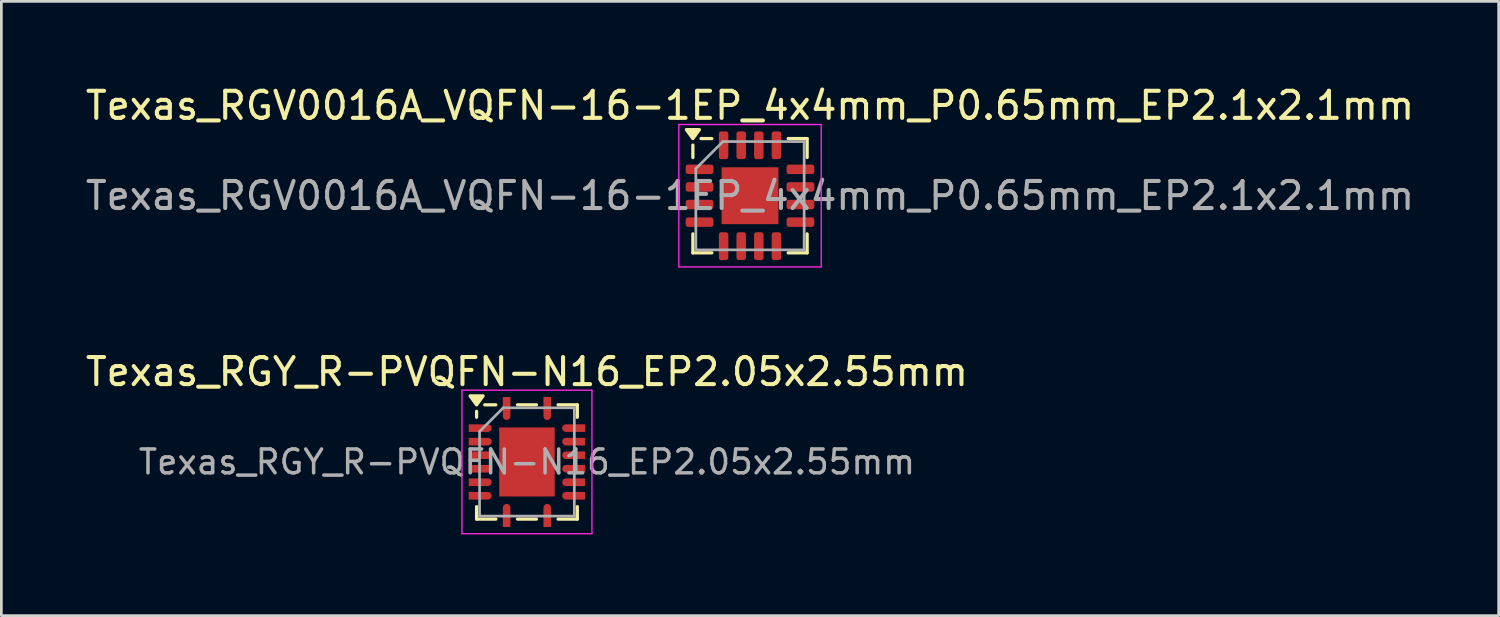
<source format=kicad_pcb>
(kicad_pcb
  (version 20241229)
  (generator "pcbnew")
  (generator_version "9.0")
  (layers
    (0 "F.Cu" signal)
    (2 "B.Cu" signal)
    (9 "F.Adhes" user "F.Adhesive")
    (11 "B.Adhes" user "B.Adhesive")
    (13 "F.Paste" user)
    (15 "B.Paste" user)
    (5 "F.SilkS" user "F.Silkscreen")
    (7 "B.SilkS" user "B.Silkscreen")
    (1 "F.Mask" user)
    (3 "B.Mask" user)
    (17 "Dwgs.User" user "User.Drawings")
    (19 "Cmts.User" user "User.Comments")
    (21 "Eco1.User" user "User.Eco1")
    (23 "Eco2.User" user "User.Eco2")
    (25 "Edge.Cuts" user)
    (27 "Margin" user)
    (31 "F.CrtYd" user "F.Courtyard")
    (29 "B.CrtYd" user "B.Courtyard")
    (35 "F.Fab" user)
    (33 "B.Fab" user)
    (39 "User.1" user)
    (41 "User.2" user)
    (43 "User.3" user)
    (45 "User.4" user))
  (footprint "Texas_RGY_R-PVQFN-N16_EP2.05x2.55mm"
    (layer "F.Cu")
    (at 16.411 14.011)
    (property "Reference" "Texas_RGY_R-PVQFN-N16_EP2.05x2.55mm" (at 0 -3.33 0) (layer "F.SilkS") (effects (font (size 1 1) (thickness 0.15))))
    (attr smd)
    (fp_line (start -1.86 -1.65) (end -1.86 -1.87) (stroke (width 0.12) (type solid)) (layer "F.SilkS"))
    (fp_line (start -1.86 2.11) (end -1.86 1.65) (stroke (width 0.12) (type solid)) (layer "F.SilkS"))
    (fp_line (start -1.15 -2.11) (end -1.56 -2.11) (stroke (width 0.12) (type solid)) (layer "F.SilkS"))
    (fp_line (start -1.15 2.11) (end -1.86 2.11) (stroke (width 0.12) (type solid)) (layer "F.SilkS"))
    (fp_line (start 0.35 -2.11) (end -0.35 -2.11) (stroke (width 0.12) (type solid)) (layer "F.SilkS"))
    (fp_line (start 0.35 2.11) (end -0.35 2.11) (stroke (width 0.12) (type solid)) (layer "F.SilkS"))
    (fp_line (start 1.15 -2.11) (end 1.86 -2.11) (stroke (width 0.12) (type solid)) (layer "F.SilkS"))
    (fp_line (start 1.15 2.11) (end 1.86 2.11) (stroke (width 0.12) (type solid)) (layer "F.SilkS"))
    (fp_line (start 1.86 -2.11) (end 1.86 -1.65) (stroke (width 0.12) (type solid)) (layer "F.SilkS"))
    (fp_line (start 1.86 2.11) (end 1.86 1.65) (stroke (width 0.12) (type solid)) (layer "F.SilkS"))
    (fp_poly (pts (xy -1.86 -2.11) (xy -2.1 -2.44) (xy -1.62 -2.44) (xy -1.86 -2.11)) (stroke (width 0.12) (type solid)) (fill yes) (layer "F.SilkS"))
    (fp_line (start -2.4 -2.65) (end -2.4 2.65) (stroke (width 0.05) (type solid)) (layer "F.CrtYd"))
    (fp_line (start -2.4 2.65) (end 2.4 2.65) (stroke (width 0.05) (type solid)) (layer "F.CrtYd"))
    (fp_line (start 2.4 -2.65) (end -2.4 -2.65) (stroke (width 0.05) (type solid)) (layer "F.CrtYd"))
    (fp_line (start 2.4 2.65) (end 2.4 -2.65) (stroke (width 0.05) (type solid)) (layer "F.CrtYd"))
    (fp_line (start -1.75 -1.125) (end -0.875 -2) (stroke (width 0.1) (type solid)) (layer "F.Fab"))
    (fp_line (start -1.75 2) (end -1.75 -1.125) (stroke (width 0.1) (type solid)) (layer "F.Fab"))
    (fp_line (start -0.875 -2) (end 1.75 -2) (stroke (width 0.1) (type solid)) (layer "F.Fab"))
    (fp_line (start 1.75 -2) (end 1.75 2) (stroke (width 0.1) (type solid)) (layer "F.Fab"))
    (fp_line (start 1.75 2) (end -1.75 2) (stroke (width 0.1) (type solid)) (layer "F.Fab"))
    (fp_text user "${REFERENCE}" (at 0 0 0) (layer "F.Fab") (effects (font (size 0.88 0.88) (thickness 0.13))))
    (pad "" smd rect (at -0.56 -0.685) (size 0.82 1.07) (layers "F.Paste"))
    (pad "" smd rect (at -0.56 0.685) (size 0.82 1.07) (layers "F.Paste"))
    (pad "" smd rect (at 0.56 -0.685) (size 0.82 1.07) (layers "F.Paste"))
    (pad "" smd rect (at 0.56 0.685) (size 0.82 1.07) (layers "F.Paste"))
    (pad "1" smd custom (at -0.75 -2.045) (size 0.28 0.71) (layers "F.Cu" "F.Mask" "F.Paste") (options (anchor rect)) (primitives (gr_circle (center 0 0.355) (end 0.14 0.355) (width 0) (fill yes))))
    (pad "2" smd custom (at -1.795 -1.25) (size 0.71 0.28) (layers "F.Cu" "F.Mask" "F.Paste") (options (anchor rect)) (primitives (gr_circle (center 0.355 0) (end 0.495 0) (width 0) (fill yes))))
    (pad "3" smd custom (at -1.795 -0.75) (size 0.71 0.28) (layers "F.Cu" "F.Mask" "F.Paste") (options (anchor rect)) (primitives (gr_circle (center 0.355 0) (end 0.495 0) (width 0) (fill yes))))
    (pad "4" smd custom (at -1.795 -0.25) (size 0.71 0.28) (layers "F.Cu" "F.Mask" "F.Paste") (options (anchor rect)) (primitives (gr_circle (center 0.355 0) (end 0.495 0) (width 0) (fill yes))))
    (pad "5" smd custom (at -1.795 0.25) (size 0.71 0.28) (layers "F.Cu" "F.Mask" "F.Paste") (options (anchor rect)) (primitives (gr_circle (center 0.355 0) (end 0.495 0) (width 0) (fill yes))))
    (pad "6" smd custom (at -1.795 0.75) (size 0.71 0.28) (layers "F.Cu" "F.Mask" "F.Paste") (options (anchor rect)) (primitives (gr_circle (center 0.355 0) (end 0.495 0) (width 0) (fill yes))))
    (pad "7" smd custom (at -1.795 1.25) (size 0.71 0.28) (layers "F.Cu" "F.Mask" "F.Paste") (options (anchor rect)) (primitives (gr_circle (center 0.355 0) (end 0.495 0) (width 0) (fill yes))))
    (pad "8" smd custom (at -0.75 2.045) (size 0.28 0.71) (layers "F.Cu" "F.Mask" "F.Paste") (options (anchor rect)) (primitives (gr_circle (center 0 -0.355) (end 0.14 -0.355) (width 0) (fill yes))))
    (pad "9" smd custom (at 0.75 2.045) (size 0.28 0.71) (layers "F.Cu" "F.Mask" "F.Paste") (options (anchor rect)) (primitives (gr_circle (center 0 -0.355) (end 0.14 -0.355) (width 0) (fill yes))))
    (pad "10" smd custom (at 1.795 1.25) (size 0.71 0.28) (layers "F.Cu" "F.Mask" "F.Paste") (options (anchor rect)) (primitives (gr_circle (center -0.355 0) (end -0.215 0) (width 0) (fill yes))))
    (pad "11" smd custom (at 1.795 0.75) (size 0.71 0.28) (layers "F.Cu" "F.Mask" "F.Paste") (options (anchor rect)) (primitives (gr_circle (center -0.355 0) (end -0.215 0) (width 0) (fill yes))))
    (pad "12" smd custom (at 1.795 0.25) (size 0.71 0.28) (layers "F.Cu" "F.Mask" "F.Paste") (options (anchor rect)) (primitives (gr_circle (center -0.355 0) (end -0.215 0) (width 0) (fill yes))))
    (pad "13" smd custom (at 1.795 -0.25) (size 0.71 0.28) (layers "F.Cu" "F.Mask" "F.Paste") (options (anchor rect)) (primitives (gr_circle (center -0.355 0) (end -0.215 0) (width 0) (fill yes))))
    (pad "14" smd custom (at 1.795 -0.75) (size 0.71 0.28) (layers "F.Cu" "F.Mask" "F.Paste") (options (anchor rect)) (primitives (gr_circle (center -0.355 0) (end -0.215 0) (width 0) (fill yes))))
    (pad "15" smd custom (at 1.795 -1.25) (size 0.71 0.28) (layers "F.Cu" "F.Mask" "F.Paste") (options (anchor rect)) (primitives (gr_circle (center -0.355 0) (end -0.215 0) (width 0) (fill yes))))
    (pad "16" smd custom (at 0.75 -2.045) (size 0.28 0.71) (layers "F.Cu" "F.Mask" "F.Paste") (options (anchor rect)) (primitives (gr_circle (center 0 0.355) (end 0.14 0.355) (width 0) (fill yes))))
    (pad "17" smd rect (at 0 0) (size 2.05 2.55) (layers "F.Cu" "F.Mask")))
  (footprint "Texas_RGV0016A_VQFN-16-1EP_4x4mm_P0.65mm_EP2.1x2.1mm"
    (layer "F.Cu")
    (at 24.649 4.178)
    (property "Reference" "Texas_RGV0016A_VQFN-16-1EP_4x4mm_P0.65mm_EP2.1x2.1mm" (at 0 -3.33 0) (layer "F.SilkS") (effects (font (size 1 1) (thickness 0.15))))
    (attr smd)
    (fp_line (start -2.11 -1.41) (end -2.11 -1.87) (stroke (width 0.12) (type solid)) (layer "F.SilkS"))
    (fp_line (start -2.11 2.11) (end -2.11 1.41) (stroke (width 0.12) (type solid)) (layer "F.SilkS"))
    (fp_line (start -1.41 -2.11) (end -1.81 -2.11) (stroke (width 0.12) (type solid)) (layer "F.SilkS"))
    (fp_line (start -1.41 2.11) (end -2.11 2.11) (stroke (width 0.12) (type solid)) (layer "F.SilkS"))
    (fp_line (start 1.41 -2.11) (end 2.11 -2.11) (stroke (width 0.12) (type solid)) (layer "F.SilkS"))
    (fp_line (start 1.41 2.11) (end 2.11 2.11) (stroke (width 0.12) (type solid)) (layer "F.SilkS"))
    (fp_line (start 2.11 -2.11) (end 2.11 -1.41) (stroke (width 0.12) (type solid)) (layer "F.SilkS"))
    (fp_line (start 2.11 2.11) (end 2.11 1.41) (stroke (width 0.12) (type solid)) (layer "F.SilkS"))
    (fp_poly (pts (xy -2.11 -2.11) (xy -2.35 -2.44) (xy -1.87 -2.44) (xy -2.11 -2.11)) (stroke (width 0.12) (type solid)) (fill yes) (layer "F.SilkS"))
    (fp_line (start -2.63 -2.63) (end -2.63 2.63) (stroke (width 0.05) (type solid)) (layer "F.CrtYd"))
    (fp_line (start -2.63 2.63) (end 2.63 2.63) (stroke (width 0.05) (type solid)) (layer "F.CrtYd"))
    (fp_line (start 2.63 -2.63) (end -2.63 -2.63) (stroke (width 0.05) (type solid)) (layer "F.CrtYd"))
    (fp_line (start 2.63 2.63) (end 2.63 -2.63) (stroke (width 0.05) (type solid)) (layer "F.CrtYd"))
    (fp_line (start -2 -1) (end -1 -2) (stroke (width 0.1) (type solid)) (layer "F.Fab"))
    (fp_line (start -2 2) (end -2 -1) (stroke (width 0.1) (type solid)) (layer "F.Fab"))
    (fp_line (start -1 -2) (end 2 -2) (stroke (width 0.1) (type solid)) (layer "F.Fab"))
    (fp_line (start 2 -2) (end 2 2) (stroke (width 0.1) (type solid)) (layer "F.Fab"))
    (fp_line (start 2 2) (end -2 2) (stroke (width 0.1) (type solid)) (layer "F.Fab"))
    (fp_text user "${REFERENCE}" (at 0 0 0) (layer "F.Fab") (effects (font (size 1 1) (thickness 0.15))))
    (pad "" smd roundrect (at -0.525 -0.525) (size 0.85 0.85) (layers "F.Paste") (roundrect_rratio 0.25))
    (pad "" smd roundrect (at -0.525 0.525) (size 0.85 0.85) (layers "F.Paste") (roundrect_rratio 0.25))
    (pad "" smd roundrect (at 0.525 -0.525) (size 0.85 0.85) (layers "F.Paste") (roundrect_rratio 0.25))
    (pad "" smd roundrect (at 0.525 0.525) (size 0.85 0.85) (layers "F.Paste") (roundrect_rratio 0.25))
    (pad "1" smd roundrect (at -1.863 -0.975) (size 1.025 0.35) (layers "F.Cu" "F.Mask" "F.Paste") (roundrect_rratio 0.25))
    (pad "2" smd roundrect (at -1.863 -0.325) (size 1.025 0.35) (layers "F.Cu" "F.Mask" "F.Paste") (roundrect_rratio 0.25))
    (pad "3" smd roundrect (at -1.863 0.325) (size 1.025 0.35) (layers "F.Cu" "F.Mask" "F.Paste") (roundrect_rratio 0.25))
    (pad "4" smd roundrect (at -1.863 0.975) (size 1.025 0.35) (layers "F.Cu" "F.Mask" "F.Paste") (roundrect_rratio 0.25))
    (pad "5" smd roundrect (at -0.975 1.863) (size 0.35 1.025) (layers "F.Cu" "F.Mask" "F.Paste") (roundrect_rratio 0.25))
    (pad "6" smd roundrect (at -0.325 1.863) (size 0.35 1.025) (layers "F.Cu" "F.Mask" "F.Paste") (roundrect_rratio 0.25))
    (pad "7" smd roundrect (at 0.325 1.863) (size 0.35 1.025) (layers "F.Cu" "F.Mask" "F.Paste") (roundrect_rratio 0.25))
    (pad "8" smd roundrect (at 0.975 1.863) (size 0.35 1.025) (layers "F.Cu" "F.Mask" "F.Paste") (roundrect_rratio 0.25))
    (pad "9" smd roundrect (at 1.863 0.975) (size 1.025 0.35) (layers "F.Cu" "F.Mask" "F.Paste") (roundrect_rratio 0.25))
    (pad "10" smd roundrect (at 1.863 0.325) (size 1.025 0.35) (layers "F.Cu" "F.Mask" "F.Paste") (roundrect_rratio 0.25))
    (pad "11" smd roundrect (at 1.863 -0.325) (size 1.025 0.35) (layers "F.Cu" "F.Mask" "F.Paste") (roundrect_rratio 0.25))
    (pad "12" smd roundrect (at 1.863 -0.975) (size 1.025 0.35) (layers "F.Cu" "F.Mask" "F.Paste") (roundrect_rratio 0.25))
    (pad "13" smd roundrect (at 0.975 -1.863) (size 0.35 1.025) (layers "F.Cu" "F.Mask" "F.Paste") (roundrect_rratio 0.25))
    (pad "14" smd roundrect (at 0.325 -1.863) (size 0.35 1.025) (layers "F.Cu" "F.Mask" "F.Paste") (roundrect_rratio 0.25))
    (pad "15" smd roundrect (at -0.325 -1.863) (size 0.35 1.025) (layers "F.Cu" "F.Mask" "F.Paste") (roundrect_rratio 0.25))
    (pad "16" smd roundrect (at -0.975 -1.863) (size 0.35 1.025) (layers "F.Cu" "F.Mask" "F.Paste") (roundrect_rratio 0.25))
    (pad "17" smd rect (at 0 0) (size 2.1 2.1) (property pad_prop_heatsink) (layers "F.Cu" "F.Mask")))
  (gr_rect
    (start -3 -3)
    (end 52.298 19.686)
    (stroke (width 0.1) (type default))
    (fill no)
    (layer "Edge.Cuts")))
</source>
